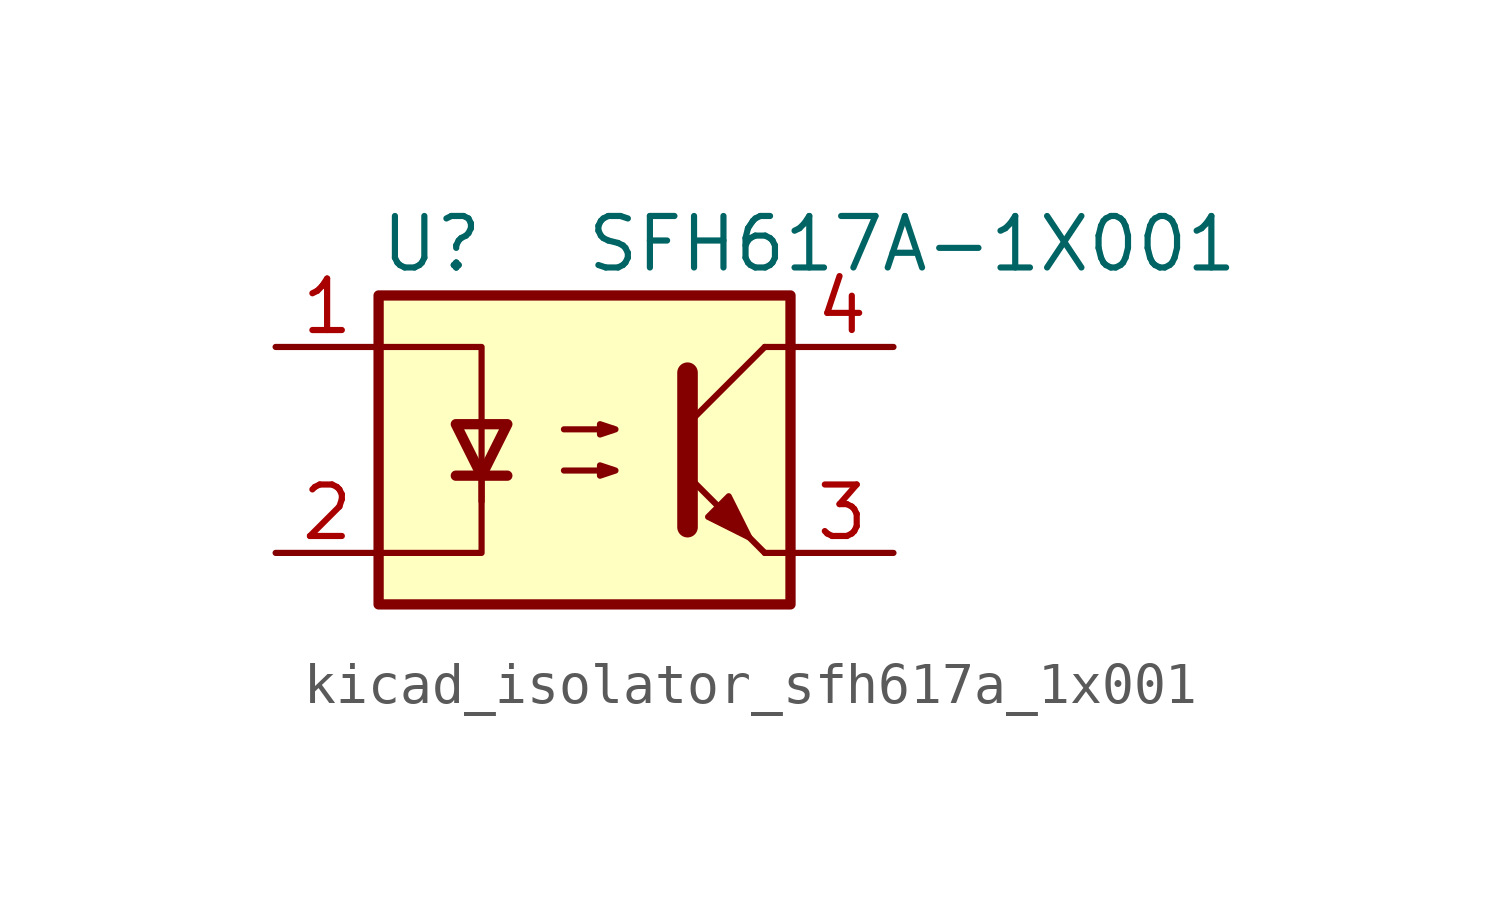
<source format=kicad_sym>
(kicad_symbol_lib
  (version 20220914)
  (generator kicad_symbol_editor)
  (symbol "kicad_isolator_sfh617a_1x001"
    (pin_names
      (offset 1.016))
    (property "Reference" "U"
      (at -5.08 5.08 0)
      (effects (font (size 1.27 1.27)) (justify left)))
    (property "Value" "SFH617A-1X001"
      (at 0 5.08 0)
      (effects (font (size 1.27 1.27)) (justify left)))
    (symbol "kicad_isolator_sfh617a_1x001_0_1"
      (rectangle (start -5.08 3.81) (end 5.08 -3.81) (stroke (width 0.254) (type default)) (fill (type background)))
      (polyline (pts (xy -3.175 -0.635) (xy -1.905 -0.635)) (stroke (width 0.254) (type default)) (fill (type none)))
      (polyline (pts (xy 2.54 0.635) (xy 4.445 2.54)) (stroke (width 0) (type default)) (fill (type none)))
      (polyline (pts (xy 4.445 -2.54) (xy 2.54 -0.635)) (stroke (width 0) (type default)) (fill (type outline)))
      (polyline (pts (xy 4.445 -2.54) (xy 5.08 -2.54)) (stroke (width 0) (type default)) (fill (type none)))
      (polyline (pts (xy 4.445 2.54) (xy 5.08 2.54)) (stroke (width 0) (type default)) (fill (type none)))
      (polyline (pts (xy -2.54 -0.635) (xy -2.54 -2.54) (xy -5.08 -2.54)) (stroke (width 0) (type default)) (fill (type none)))
      (polyline (pts (xy 2.54 1.905) (xy 2.54 -1.905) (xy 2.54 -1.905)) (stroke (width 0.508) (type default)) (fill (type none)))
      (polyline (pts (xy -5.08 2.54) (xy -2.54 2.54) (xy -2.54 -1.27) (xy -2.54 0.635)) (stroke (width 0) (type default)) (fill (type none)))
      (polyline (pts (xy -2.54 -0.635) (xy -3.175 0.635) (xy -1.905 0.635) (xy -2.54 -0.635)) (stroke (width 0.254) (type default)) (fill (type none)))
      (polyline (pts (xy -0.508 -0.508) (xy 0.762 -0.508) (xy 0.381 -0.635) (xy 0.381 -0.381) (xy 0.762 -0.508)) (stroke (width 0) (type default)) (fill (type none)))
      (polyline (pts (xy -0.508 0.508) (xy 0.762 0.508) (xy 0.381 0.381) (xy 0.381 0.635) (xy 0.762 0.508)) (stroke (width 0) (type default)) (fill (type none)))
      (polyline (pts (xy 3.048 -1.651) (xy 3.556 -1.143) (xy 4.064 -2.159) (xy 3.048 -1.651) (xy 3.048 -1.651)) (stroke (width 0) (type default)) (fill (type outline))))
    (symbol "kicad_isolator_sfh617a_1x001_1_1"
      (pin passive line (at -7.62 2.54 0) (length 2.54) (name "~" (effects (font (size 1.27 1.27)))) (number "1" (effects (font (size 1.27 1.27)))))
      (pin passive line (at -7.62 -2.54 0) (length 2.54) (name "~" (effects (font (size 1.27 1.27)))) (number "2" (effects (font (size 1.27 1.27)))))
      (pin passive line (at 7.62 -2.54 180) (length 2.54) (name "~" (effects (font (size 1.27 1.27)))) (number "3" (effects (font (size 1.27 1.27)))))
      (pin passive line (at 7.62 2.54 180) (length 2.54) (name "~" (effects (font (size 1.27 1.27)))) (number "4" (effects (font (size 1.27 1.27))))))))
</source>
